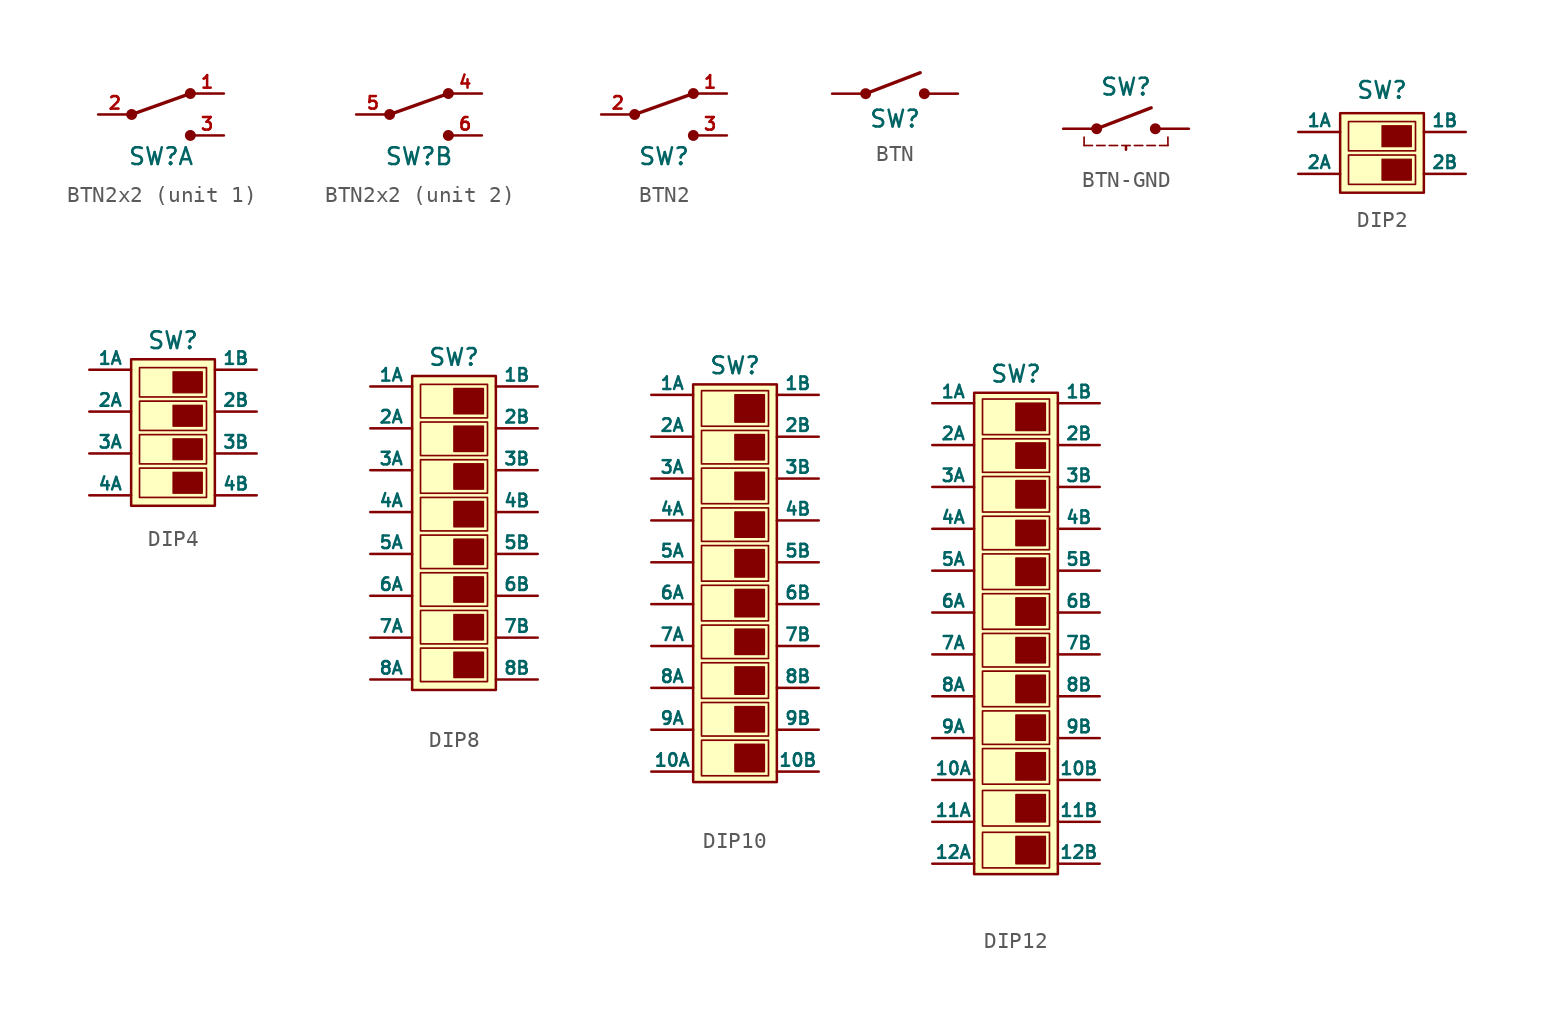
<source format=kicad_sym>
(kicad_symbol_lib
  (version 20231120)
  (generator "kicad_symbol_editor")
  (generator_version "8.0")
  (symbol "BTN2x2"
    (pin_names
      (offset 0) hide)
    (property "Reference" "SW"
      (at 0 -2.54 0)
      (effects (font (size 1.016 1.016))))
    (symbol "BTN2x2_0_1"
      (circle (center -1.778 0) (radius 0.254) (stroke (width 0) (type solid)) (fill (type outline)))
      (polyline (pts (xy -1.778 0) (xy 1.778 1.27)) (stroke (width 0.203) (type solid)) (fill (type none)))
      (circle (center 1.778 -1.27) (radius 0.254) (stroke (width 0) (type solid)) (fill (type outline)))
      (circle (center 1.778 1.27) (radius 0.254) (stroke (width 0) (type solid)) (fill (type outline))))
    (symbol "BTN2x2_1_1"
      (pin passive line (at 3.81 1.27 180) (length 2.032) (name "A" (effects (font (size 0.762 0.762)))) (number "1" (effects (font (size 0.762 0.762)))))
      (pin passive line (at -3.81 0 0) (length 2.032) (name "COM" (effects (font (size 0.762 0.762)))) (number "2" (effects (font (size 0.762 0.762)))))
      (pin passive line (at 3.81 -1.27 180) (length 2.032) (name "B" (effects (font (size 0.762 0.762)))) (number "3" (effects (font (size 0.762 0.762))))))
    (symbol "BTN2x2_2_1"
      (pin passive line (at 3.81 1.27 180) (length 2.032) (name "A" (effects (font (size 0.762 0.762)))) (number "4" (effects (font (size 0.762 0.762)))))
      (pin passive line (at -3.81 0 0) (length 2.032) (name "COM" (effects (font (size 0.762 0.762)))) (number "5" (effects (font (size 0.762 0.762)))))
      (pin passive line (at 3.81 -1.27 180) (length 2.032) (name "B" (effects (font (size 0.762 0.762)))) (number "6" (effects (font (size 0.762 0.762)))))))
  (symbol "BTN2"
    (pin_names
      (offset 0) hide)
    (property "Reference" "SW"
      (at 0 -2.54 0)
      (effects (font (size 1.016 1.016))))
    (symbol "BTN2_0_1"
      (circle (center -1.778 0) (radius 0.254) (stroke (width 0) (type solid)) (fill (type outline)))
      (polyline (pts (xy -1.778 0) (xy 1.778 1.27)) (stroke (width 0.203) (type solid)) (fill (type none)))
      (circle (center 1.778 -1.27) (radius 0.254) (stroke (width 0) (type solid)) (fill (type outline)))
      (circle (center 1.778 1.27) (radius 0.254) (stroke (width 0) (type solid)) (fill (type outline))))
    (symbol "BTN2_1_1"
      (pin passive line (at 3.81 1.27 180) (length 2.032) (name "A" (effects (font (size 0.762 0.762)))) (number "1" (effects (font (size 0.762 0.762)))))
      (pin passive line (at -3.81 0 0) (length 2.032) (name "COM" (effects (font (size 0.762 0.762)))) (number "2" (effects (font (size 0.762 0.762)))))
      (pin passive line (at 3.81 -1.27 180) (length 2.032) (name "B" (effects (font (size 0.762 0.762)))) (number "3" (effects (font (size 0.762 0.762)))))))
  (symbol "BTN"
    (pin_numbers hide)
    (pin_names
      (offset 0) hide)
    (property "Reference" "SW"
      (at 0 -1.524 0)
      (effects (font (size 1.016 1.016))))
    (symbol "BTN_0_1"
      (circle (center -1.778 0) (radius 0.254) (stroke (width 0) (type solid)) (fill (type outline)))
      (polyline (pts (xy -1.778 0) (xy 1.524 1.27)) (stroke (width 0.203) (type solid)) (fill (type none)))
      (circle (center 1.778 0) (radius 0.254) (stroke (width 0) (type solid)) (fill (type outline))))
    (symbol "BTN_1_1"
      (pin passive line (at -3.81 0 0) (length 2.032) (name "1" (effects (font (size 0.762 0.762)))) (number "1" (effects (font (size 0.762 0.762)))))
      (pin passive line (at 3.81 0 180) (length 2.032) (name "2" (effects (font (size 0.762 0.762)))) (number "2" (effects (font (size 0.762 0.762)))))))
  (symbol "BTN-GND"
    (pin_numbers hide)
    (pin_names
      (offset 0) hide)
    (property "Reference" "SW"
      (at 0 2.54 0)
      (effects (font (size 1.016 1.016))))
    (symbol "BTN-GND_0_1"
      (circle (center -1.778 0) (radius 0.254) (stroke (width 0) (type solid)) (fill (type outline)))
      (polyline (pts (xy -2.54 -1.016) (xy -2.54 -0.508)) (stroke (width 0.102) (type solid)) (fill (type none)))
      (polyline (pts (xy -2.54 -1.016) (xy -2.032 -1.016)) (stroke (width 0.102) (type solid)) (fill (type none)))
      (polyline (pts (xy -1.778 -1.016) (xy -1.27 -1.016)) (stroke (width 0.102) (type solid)) (fill (type none)))
      (polyline (pts (xy -1.778 0) (xy 1.524 1.27)) (stroke (width 0.203) (type solid)) (fill (type none)))
      (polyline (pts (xy -1.016 -1.016) (xy -0.508 -1.016)) (stroke (width 0.102) (type solid)) (fill (type none)))
      (polyline (pts (xy -0.254 -1.016) (xy 0.254 -1.016)) (stroke (width 0.102) (type solid)) (fill (type none)))
      (polyline (pts (xy 0.508 -1.016) (xy 1.016 -1.016)) (stroke (width 0.102) (type solid)) (fill (type none)))
      (polyline (pts (xy 1.27 -1.016) (xy 1.778 -1.016)) (stroke (width 0.102) (type solid)) (fill (type none)))
      (polyline (pts (xy 2.032 -1.016) (xy 2.54 -1.016)) (stroke (width 0.102) (type solid)) (fill (type none)))
      (polyline (pts (xy 2.54 -1.016) (xy 2.54 -0.508)) (stroke (width 0.102) (type solid)) (fill (type none)))
      (circle (center 1.778 0) (radius 0.254) (stroke (width 0) (type solid)) (fill (type outline))))
    (symbol "BTN-GND_1_1"
      (pin passive line (at 0 -1.27 90) (length 0.203) (name "0" (effects (font (size 0.762 0.762)))) (number "0" (effects (font (size 0.762 0.762)))))
      (pin passive line (at 3.81 0 180) (length 2.032) (name "1" (effects (font (size 0.762 0.762)))) (number "1" (effects (font (size 0.762 0.762)))))
      (pin passive line (at -3.81 0 0) (length 2.032) (name "2" (effects (font (size 0.762 0.762)))) (number "2" (effects (font (size 0.762 0.762)))))))
  (symbol "DIP2"
    (pin_numbers hide)
    (pin_names
      (offset 0))
    (property "Reference" "SW"
      (at 0 3.81 0)
      (effects (font (size 1.016 1.016))))
    (symbol "DIP2_0_1"
      (rectangle (start -2.54 -2.413) (end 2.54 2.413) (stroke (width 0) (type solid)) (fill (type background)))
      (rectangle (start -2.032 -0.127) (end 2.032 -1.905) (stroke (width 0.102) (type solid)) (fill (type none)))
      (rectangle (start -2.032 1.905) (end 2.032 0.127) (stroke (width 0.102) (type solid)) (fill (type none)))
      (rectangle (start 1.778 -0.381) (end 0 -1.651) (stroke (width 0.076) (type solid)) (fill (type outline)))
      (rectangle (start 1.778 1.651) (end 0 0.381) (stroke (width 0.076) (type solid)) (fill (type outline))))
    (symbol "DIP2_1_1"
      (pin passive line (at -5.08 1.27 0) (length 2.54) (name "1A" (effects (font (size 0.762 0.762)))) (number "1" (effects (font (size 0.762 0.762)))))
      (pin passive line (at 5.08 1.27 180) (length 2.54) (name "1B" (effects (font (size 0.762 0.762)))) (number "2" (effects (font (size 0.762 0.762)))))
      (pin passive line (at -5.08 -1.27 0) (length 2.54) (name "2A" (effects (font (size 0.762 0.762)))) (number "3" (effects (font (size 0.762 0.762)))))
      (pin passive line (at 5.08 -1.27 180) (length 2.54) (name "2B" (effects (font (size 0.762 0.762)))) (number "4" (effects (font (size 0.762 0.762)))))))
  (symbol "DIP4"
    (pin_numbers hide)
    (pin_names
      (offset 0))
    (property "Reference" "SW"
      (at 0 5.588 0)
      (effects (font (size 1.016 1.016))))
    (symbol "DIP4_0_1"
      (rectangle (start -2.54 -4.445) (end 2.54 4.445) (stroke (width 0) (type solid)) (fill (type background)))
      (rectangle (start -2.032 -2.159) (end 2.032 -3.937) (stroke (width 0.102) (type solid)) (fill (type none)))
      (rectangle (start -2.032 -0.127) (end 2.032 -1.905) (stroke (width 0.102) (type solid)) (fill (type none)))
      (rectangle (start -2.032 1.905) (end 2.032 0.127) (stroke (width 0.102) (type solid)) (fill (type none)))
      (rectangle (start -2.032 3.937) (end 2.032 2.159) (stroke (width 0.102) (type solid)) (fill (type none)))
      (rectangle (start 1.778 -2.413) (end 0 -3.683) (stroke (width 0.076) (type solid)) (fill (type outline)))
      (rectangle (start 1.778 -0.381) (end 0 -1.651) (stroke (width 0.076) (type solid)) (fill (type outline)))
      (rectangle (start 1.778 1.651) (end 0 0.381) (stroke (width 0.076) (type solid)) (fill (type outline)))
      (rectangle (start 1.778 3.683) (end 0 2.413) (stroke (width 0.076) (type solid)) (fill (type outline))))
    (symbol "DIP4_1_1"
      (pin passive line (at -5.08 3.81 0) (length 2.54) (name "1A" (effects (font (size 0.762 0.762)))) (number "1" (effects (font (size 0.762 0.762)))))
      (pin passive line (at 5.08 3.81 180) (length 2.54) (name "1B" (effects (font (size 0.762 0.762)))) (number "2" (effects (font (size 0.762 0.762)))))
      (pin passive line (at -5.08 1.27 0) (length 2.54) (name "2A" (effects (font (size 0.762 0.762)))) (number "3" (effects (font (size 0.762 0.762)))))
      (pin passive line (at 5.08 1.27 180) (length 2.54) (name "2B" (effects (font (size 0.762 0.762)))) (number "4" (effects (font (size 0.762 0.762)))))
      (pin passive line (at -5.08 -1.27 0) (length 2.54) (name "3A" (effects (font (size 0.762 0.762)))) (number "5" (effects (font (size 0.762 0.762)))))
      (pin passive line (at 5.08 -1.27 180) (length 2.54) (name "3B" (effects (font (size 0.762 0.762)))) (number "6" (effects (font (size 0.762 0.762)))))
      (pin passive line (at -5.08 -3.81 0) (length 2.54) (name "4A" (effects (font (size 0.762 0.762)))) (number "7" (effects (font (size 0.762 0.762)))))
      (pin passive line (at 5.08 -3.81 180) (length 2.54) (name "4B" (effects (font (size 0.762 0.762)))) (number "8" (effects (font (size 0.762 0.762)))))))
  (symbol "DIP8"
    (pin_numbers hide)
    (pin_names
      (offset 0))
    (property "Reference" "SW"
      (at 0 10.668 0)
      (effects (font (size 1.016 1.016))))
    (symbol "DIP8_0_1"
      (rectangle (start -2.54 9.525) (end 2.54 -9.525) (stroke (width 0) (type solid)) (fill (type background)))
      (rectangle (start -2.032 -6.985) (end 2.032 -9.017) (stroke (width 0.102) (type solid)) (fill (type none)))
      (rectangle (start -2.032 -4.699) (end 2.032 -6.731) (stroke (width 0.102) (type solid)) (fill (type none)))
      (rectangle (start -2.032 -2.413) (end 2.032 -4.445) (stroke (width 0.102) (type solid)) (fill (type none)))
      (rectangle (start -2.032 -0.127) (end 2.032 -2.159) (stroke (width 0.102) (type solid)) (fill (type none)))
      (rectangle (start -2.032 2.159) (end 2.032 0.127) (stroke (width 0.102) (type solid)) (fill (type none)))
      (rectangle (start -2.032 4.445) (end 2.032 2.413) (stroke (width 0.102) (type solid)) (fill (type none)))
      (rectangle (start -2.032 6.731) (end 2.032 4.699) (stroke (width 0.102) (type solid)) (fill (type none)))
      (rectangle (start -2.032 9.017) (end 2.032 6.985) (stroke (width 0.102) (type solid)) (fill (type none)))
      (rectangle (start 0 -7.239) (end 1.778 -8.763) (stroke (width 0.102) (type solid)) (fill (type outline)))
      (rectangle (start 0 -4.953) (end 1.778 -6.477) (stroke (width 0.102) (type solid)) (fill (type outline)))
      (rectangle (start 0 -2.667) (end 1.778 -4.191) (stroke (width 0.102) (type solid)) (fill (type outline)))
      (rectangle (start 0 -0.381) (end 1.778 -1.905) (stroke (width 0.102) (type solid)) (fill (type outline)))
      (rectangle (start 0 1.905) (end 1.778 0.381) (stroke (width 0.102) (type solid)) (fill (type outline)))
      (rectangle (start 0 4.191) (end 1.778 2.667) (stroke (width 0.102) (type solid)) (fill (type outline)))
      (rectangle (start 0 6.477) (end 1.778 4.953) (stroke (width 0.102) (type solid)) (fill (type outline)))
      (rectangle (start 0 8.763) (end 1.778 7.239) (stroke (width 0.102) (type solid)) (fill (type outline))))
    (symbol "DIP8_1_1"
      (pin passive line (at -5.08 8.89 0) (length 2.54) (name "1A" (effects (font (size 0.762 0.762)))) (number "1" (effects (font (size 0.762 0.762)))))
      (pin passive line (at 5.08 -1.27 180) (length 2.54) (name "5B" (effects (font (size 0.762 0.762)))) (number "10" (effects (font (size 0.762 0.762)))))
      (pin passive line (at -5.08 -3.81 0) (length 2.54) (name "6A" (effects (font (size 0.762 0.762)))) (number "11" (effects (font (size 0.762 0.762)))))
      (pin passive line (at 5.08 -3.81 180) (length 2.54) (name "6B" (effects (font (size 0.762 0.762)))) (number "12" (effects (font (size 0.762 0.762)))))
      (pin passive line (at -5.08 -6.35 0) (length 2.54) (name "7A" (effects (font (size 0.762 0.762)))) (number "13" (effects (font (size 0.762 0.762)))))
      (pin passive line (at 5.08 -6.35 180) (length 2.54) (name "7B" (effects (font (size 0.762 0.762)))) (number "14" (effects (font (size 0.762 0.762)))))
      (pin passive line (at -5.08 -8.89 0) (length 2.54) (name "8A" (effects (font (size 0.762 0.762)))) (number "15" (effects (font (size 0.762 0.762)))))
      (pin passive line (at 5.08 -8.89 180) (length 2.54) (name "8B" (effects (font (size 0.762 0.762)))) (number "16" (effects (font (size 0.762 0.762)))))
      (pin passive line (at 5.08 8.89 180) (length 2.54) (name "1B" (effects (font (size 0.762 0.762)))) (number "2" (effects (font (size 0.762 0.762)))))
      (pin passive line (at -5.08 6.35 0) (length 2.54) (name "2A" (effects (font (size 0.762 0.762)))) (number "3" (effects (font (size 0.762 0.762)))))
      (pin passive line (at 5.08 6.35 180) (length 2.54) (name "2B" (effects (font (size 0.762 0.762)))) (number "4" (effects (font (size 0.762 0.762)))))
      (pin passive line (at -5.08 3.81 0) (length 2.54) (name "3A" (effects (font (size 0.762 0.762)))) (number "5" (effects (font (size 0.762 0.762)))))
      (pin passive line (at 5.08 3.81 180) (length 2.54) (name "3B" (effects (font (size 0.762 0.762)))) (number "6" (effects (font (size 0.762 0.762)))))
      (pin passive line (at -5.08 1.27 0) (length 2.54) (name "4A" (effects (font (size 0.762 0.762)))) (number "7" (effects (font (size 0.762 0.762)))))
      (pin passive line (at 5.08 1.27 180) (length 2.54) (name "4B" (effects (font (size 0.762 0.762)))) (number "8" (effects (font (size 0.762 0.762)))))
      (pin passive line (at -5.08 -1.27 0) (length 2.54) (name "5A" (effects (font (size 0.762 0.762)))) (number "9" (effects (font (size 0.762 0.762)))))))
  (symbol "DIP10"
    (pin_numbers hide)
    (pin_names
      (offset 0))
    (property "Reference" "SW"
      (at 0 13.208 0)
      (effects (font (size 1.016 1.016))))
    (symbol "DIP10_0_1"
      (rectangle (start -2.54 12.065) (end 2.54 -12.065) (stroke (width 0) (type solid)) (fill (type background)))
      (rectangle (start -2.032 -9.525) (end 2.032 -11.684) (stroke (width 0.102) (type solid)) (fill (type none)))
      (rectangle (start -2.032 -7.239) (end 2.032 -9.271) (stroke (width 0.102) (type solid)) (fill (type none)))
      (rectangle (start -2.032 -4.826) (end 2.032 -6.985) (stroke (width 0.102) (type solid)) (fill (type none)))
      (rectangle (start -2.032 -2.54) (end 2.032 -4.572) (stroke (width 0.102) (type solid)) (fill (type none)))
      (rectangle (start -2.032 -0.127) (end 2.032 -2.286) (stroke (width 0.102) (type solid)) (fill (type none)))
      (rectangle (start -2.032 2.286) (end 2.032 0.127) (stroke (width 0.102) (type solid)) (fill (type none)))
      (rectangle (start -2.032 4.572) (end 2.032 2.54) (stroke (width 0.102) (type solid)) (fill (type none)))
      (rectangle (start -2.032 6.985) (end 2.032 4.826) (stroke (width 0.102) (type solid)) (fill (type none)))
      (rectangle (start -2.032 9.271) (end 2.032 7.239) (stroke (width 0.102) (type solid)) (fill (type none)))
      (rectangle (start -2.032 11.684) (end 2.032 9.525) (stroke (width 0.102) (type solid)) (fill (type none)))
      (rectangle (start 0 -9.779) (end 1.778 -11.43) (stroke (width 0.102) (type solid)) (fill (type outline)))
      (rectangle (start 0 -9.017) (end 1.778 -7.493) (stroke (width 0.102) (type solid)) (fill (type outline)))
      (rectangle (start 0 -5.08) (end 1.778 -6.731) (stroke (width 0.102) (type solid)) (fill (type outline)))
      (rectangle (start 0 -4.318) (end 1.778 -2.794) (stroke (width 0.102) (type solid)) (fill (type outline)))
      (rectangle (start 0 -0.381) (end 1.778 -2.032) (stroke (width 0.102) (type solid)) (fill (type outline)))
      (rectangle (start 0 2.032) (end 1.778 0.381) (stroke (width 0.102) (type solid)) (fill (type outline)))
      (rectangle (start 0 2.794) (end 1.778 4.318) (stroke (width 0.102) (type solid)) (fill (type outline)))
      (rectangle (start 0 6.731) (end 1.778 5.08) (stroke (width 0.102) (type solid)) (fill (type outline)))
      (rectangle (start 0 7.493) (end 1.778 9.017) (stroke (width 0.102) (type solid)) (fill (type outline)))
      (rectangle (start 0 11.43) (end 1.778 9.779) (stroke (width 0.102) (type solid)) (fill (type outline))))
    (symbol "DIP10_1_1"
      (pin passive line (at -5.08 11.43 0) (length 2.54) (name "1A" (effects (font (size 0.762 0.762)))) (number "1" (effects (font (size 0.762 0.762)))))
      (pin passive line (at 5.08 1.27 180) (length 2.54) (name "5B" (effects (font (size 0.762 0.762)))) (number "10" (effects (font (size 0.762 0.762)))))
      (pin passive line (at -5.08 -1.27 0) (length 2.54) (name "6A" (effects (font (size 0.762 0.762)))) (number "11" (effects (font (size 0.762 0.762)))))
      (pin passive line (at 5.08 -1.27 180) (length 2.54) (name "6B" (effects (font (size 0.762 0.762)))) (number "12" (effects (font (size 0.762 0.762)))))
      (pin passive line (at -5.08 -3.81 0) (length 2.54) (name "7A" (effects (font (size 0.762 0.762)))) (number "13" (effects (font (size 0.762 0.762)))))
      (pin passive line (at 5.08 -3.81 180) (length 2.54) (name "7B" (effects (font (size 0.762 0.762)))) (number "14" (effects (font (size 0.762 0.762)))))
      (pin passive line (at -5.08 -6.35 0) (length 2.54) (name "8A" (effects (font (size 0.762 0.762)))) (number "15" (effects (font (size 0.762 0.762)))))
      (pin passive line (at 5.08 -6.35 180) (length 2.54) (name "8B" (effects (font (size 0.762 0.762)))) (number "16" (effects (font (size 0.762 0.762)))))
      (pin passive line (at -5.08 -8.89 0) (length 2.54) (name "9A" (effects (font (size 0.762 0.762)))) (number "17" (effects (font (size 0.762 0.762)))))
      (pin passive line (at 5.08 -8.89 180) (length 2.54) (name "9B" (effects (font (size 0.762 0.762)))) (number "18" (effects (font (size 0.762 0.762)))))
      (pin passive line (at -5.08 -11.43 0) (length 2.54) (name "10A" (effects (font (size 0.762 0.762)))) (number "19" (effects (font (size 0.762 0.762)))))
      (pin passive line (at 5.08 11.43 180) (length 2.54) (name "1B" (effects (font (size 0.762 0.762)))) (number "2" (effects (font (size 0.762 0.762)))))
      (pin passive line (at 5.08 -11.43 180) (length 2.54) (name "10B" (effects (font (size 0.762 0.762)))) (number "20" (effects (font (size 0.762 0.762)))))
      (pin passive line (at -5.08 8.89 0) (length 2.54) (name "2A" (effects (font (size 0.762 0.762)))) (number "3" (effects (font (size 0.762 0.762)))))
      (pin passive line (at 5.08 8.89 180) (length 2.54) (name "2B" (effects (font (size 0.762 0.762)))) (number "4" (effects (font (size 0.762 0.762)))))
      (pin passive line (at -5.08 6.35 0) (length 2.54) (name "3A" (effects (font (size 0.762 0.762)))) (number "5" (effects (font (size 0.762 0.762)))))
      (pin passive line (at 5.08 6.35 180) (length 2.54) (name "3B" (effects (font (size 0.762 0.762)))) (number "6" (effects (font (size 0.762 0.762)))))
      (pin passive line (at -5.08 3.81 0) (length 2.54) (name "4A" (effects (font (size 0.762 0.762)))) (number "7" (effects (font (size 0.762 0.762)))))
      (pin passive line (at 5.08 3.81 180) (length 2.54) (name "4B" (effects (font (size 0.762 0.762)))) (number "8" (effects (font (size 0.762 0.762)))))
      (pin passive line (at -5.08 1.27 0) (length 2.54) (name "5A" (effects (font (size 0.762 0.762)))) (number "9" (effects (font (size 0.762 0.762)))))))
  (symbol "DIP12"
    (pin_numbers hide)
    (pin_names
      (offset 0))
    (property "Reference" "SW"
      (at 0 15.748 0)
      (effects (font (size 1.016 1.016))))
    (symbol "DIP12_0_1"
      (rectangle (start -2.54 14.605) (end 2.54 -14.605) (stroke (width 0) (type solid)) (fill (type background)))
      (rectangle (start -2.032 -12.065) (end 2.032 -14.224) (stroke (width 0.102) (type solid)) (fill (type none)))
      (rectangle (start -2.032 -9.525) (end 2.032 -11.684) (stroke (width 0.102) (type solid)) (fill (type none)))
      (rectangle (start -2.032 -6.985) (end 2.032 -9.144) (stroke (width 0.102) (type solid)) (fill (type none)))
      (rectangle (start -2.032 -4.699) (end 2.032 -6.731) (stroke (width 0.102) (type solid)) (fill (type none)))
      (rectangle (start -2.032 -2.286) (end 2.032 -4.445) (stroke (width 0.102) (type solid)) (fill (type none)))
      (rectangle (start -2.032 0) (end 2.032 -2.032) (stroke (width 0.102) (type solid)) (fill (type none)))
      (rectangle (start -2.032 2.413) (end 2.032 0.254) (stroke (width 0.102) (type solid)) (fill (type none)))
      (rectangle (start -2.032 4.826) (end 2.032 2.667) (stroke (width 0.102) (type solid)) (fill (type none)))
      (rectangle (start -2.032 7.112) (end 2.032 5.08) (stroke (width 0.102) (type solid)) (fill (type none)))
      (rectangle (start -2.032 9.525) (end 2.032 7.366) (stroke (width 0.102) (type solid)) (fill (type none)))
      (rectangle (start -2.032 11.811) (end 2.032 9.779) (stroke (width 0.102) (type solid)) (fill (type none)))
      (rectangle (start -2.032 14.224) (end 2.032 12.065) (stroke (width 0.102) (type solid)) (fill (type none)))
      (rectangle (start 0 -12.319) (end 1.778 -13.97) (stroke (width 0.102) (type solid)) (fill (type outline)))
      (rectangle (start 0 -9.779) (end 1.778 -11.43) (stroke (width 0.102) (type solid)) (fill (type outline)))
      (rectangle (start 0 -7.239) (end 1.778 -8.89) (stroke (width 0.102) (type solid)) (fill (type outline)))
      (rectangle (start 0 -6.477) (end 1.778 -4.953) (stroke (width 0.102) (type solid)) (fill (type outline)))
      (rectangle (start 0 -2.54) (end 1.778 -4.191) (stroke (width 0.102) (type solid)) (fill (type outline)))
      (rectangle (start 0 -1.778) (end 1.778 -0.254) (stroke (width 0.102) (type solid)) (fill (type outline)))
      (rectangle (start 0 2.159) (end 1.778 0.508) (stroke (width 0.102) (type solid)) (fill (type outline)))
      (rectangle (start 0 4.572) (end 1.778 2.921) (stroke (width 0.102) (type solid)) (fill (type outline)))
      (rectangle (start 0 5.334) (end 1.778 6.858) (stroke (width 0.102) (type solid)) (fill (type outline)))
      (rectangle (start 0 9.271) (end 1.778 7.62) (stroke (width 0.102) (type solid)) (fill (type outline)))
      (rectangle (start 0 10.033) (end 1.778 11.557) (stroke (width 0.102) (type solid)) (fill (type outline)))
      (rectangle (start 0 13.97) (end 1.778 12.319) (stroke (width 0.102) (type solid)) (fill (type outline))))
    (symbol "DIP12_1_1"
      (pin passive line (at -5.08 13.97 0) (length 2.54) (name "1A" (effects (font (size 0.762 0.762)))) (number "1" (effects (font (size 0.762 0.762)))))
      (pin passive line (at 5.08 3.81 180) (length 2.54) (name "5B" (effects (font (size 0.762 0.762)))) (number "10" (effects (font (size 0.762 0.762)))))
      (pin passive line (at -5.08 1.27 0) (length 2.54) (name "6A" (effects (font (size 0.762 0.762)))) (number "11" (effects (font (size 0.762 0.762)))))
      (pin passive line (at 5.08 1.27 180) (length 2.54) (name "6B" (effects (font (size 0.762 0.762)))) (number "12" (effects (font (size 0.762 0.762)))))
      (pin passive line (at -5.08 -1.27 0) (length 2.54) (name "7A" (effects (font (size 0.762 0.762)))) (number "13" (effects (font (size 0.762 0.762)))))
      (pin passive line (at 5.08 -1.27 180) (length 2.54) (name "7B" (effects (font (size 0.762 0.762)))) (number "14" (effects (font (size 0.762 0.762)))))
      (pin passive line (at -5.08 -3.81 0) (length 2.54) (name "8A" (effects (font (size 0.762 0.762)))) (number "15" (effects (font (size 0.762 0.762)))))
      (pin passive line (at 5.08 -3.81 180) (length 2.54) (name "8B" (effects (font (size 0.762 0.762)))) (number "16" (effects (font (size 0.762 0.762)))))
      (pin passive line (at -5.08 -6.35 0) (length 2.54) (name "9A" (effects (font (size 0.762 0.762)))) (number "17" (effects (font (size 0.762 0.762)))))
      (pin passive line (at 5.08 -6.35 180) (length 2.54) (name "9B" (effects (font (size 0.762 0.762)))) (number "18" (effects (font (size 0.762 0.762)))))
      (pin passive line (at -5.08 -8.89 0) (length 2.54) (name "10A" (effects (font (size 0.762 0.762)))) (number "19" (effects (font (size 0.762 0.762)))))
      (pin passive line (at 5.08 13.97 180) (length 2.54) (name "1B" (effects (font (size 0.762 0.762)))) (number "2" (effects (font (size 0.762 0.762)))))
      (pin passive line (at 5.08 -8.89 180) (length 2.54) (name "10B" (effects (font (size 0.762 0.762)))) (number "20" (effects (font (size 0.762 0.762)))))
      (pin passive line (at -5.08 -11.43 0) (length 2.54) (name "11A" (effects (font (size 0.762 0.762)))) (number "21" (effects (font (size 0.762 0.762)))))
      (pin passive line (at 5.08 -11.43 180) (length 2.54) (name "11B" (effects (font (size 0.762 0.762)))) (number "22" (effects (font (size 0.762 0.762)))))
      (pin passive line (at -5.08 -13.97 0) (length 2.54) (name "12A" (effects (font (size 0.762 0.762)))) (number "23" (effects (font (size 0.762 0.762)))))
      (pin passive line (at 5.08 -13.97 180) (length 2.54) (name "12B" (effects (font (size 0.762 0.762)))) (number "24" (effects (font (size 0.762 0.762)))))
      (pin passive line (at -5.08 11.43 0) (length 2.54) (name "2A" (effects (font (size 0.762 0.762)))) (number "3" (effects (font (size 0.762 0.762)))))
      (pin passive line (at 5.08 11.43 180) (length 2.54) (name "2B" (effects (font (size 0.762 0.762)))) (number "4" (effects (font (size 0.762 0.762)))))
      (pin passive line (at -5.08 8.89 0) (length 2.54) (name "3A" (effects (font (size 0.762 0.762)))) (number "5" (effects (font (size 0.762 0.762)))))
      (pin passive line (at 5.08 8.89 180) (length 2.54) (name "3B" (effects (font (size 0.762 0.762)))) (number "6" (effects (font (size 0.762 0.762)))))
      (pin passive line (at -5.08 6.35 0) (length 2.54) (name "4A" (effects (font (size 0.762 0.762)))) (number "7" (effects (font (size 0.762 0.762)))))
      (pin passive line (at 5.08 6.35 180) (length 2.54) (name "4B" (effects (font (size 0.762 0.762)))) (number "8" (effects (font (size 0.762 0.762)))))
      (pin passive line (at -5.08 3.81 0) (length 2.54) (name "5A" (effects (font (size 0.762 0.762)))) (number "9" (effects (font (size 0.762 0.762))))))))
</source>
